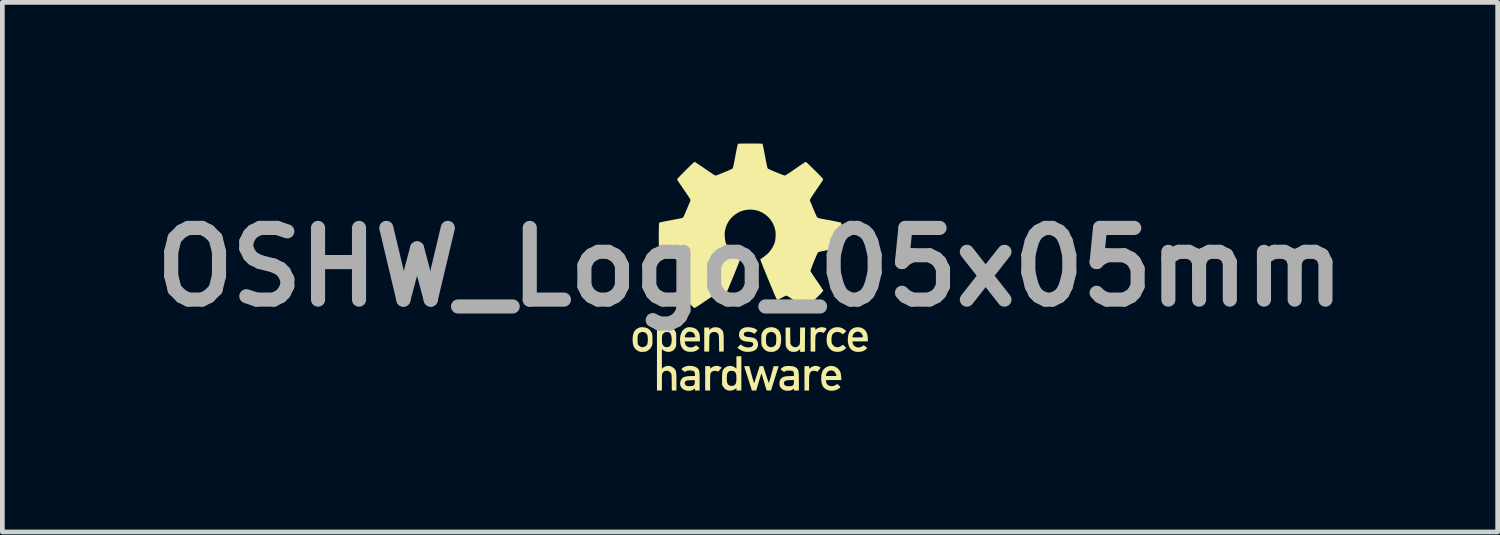
<source format=kicad_pcb>
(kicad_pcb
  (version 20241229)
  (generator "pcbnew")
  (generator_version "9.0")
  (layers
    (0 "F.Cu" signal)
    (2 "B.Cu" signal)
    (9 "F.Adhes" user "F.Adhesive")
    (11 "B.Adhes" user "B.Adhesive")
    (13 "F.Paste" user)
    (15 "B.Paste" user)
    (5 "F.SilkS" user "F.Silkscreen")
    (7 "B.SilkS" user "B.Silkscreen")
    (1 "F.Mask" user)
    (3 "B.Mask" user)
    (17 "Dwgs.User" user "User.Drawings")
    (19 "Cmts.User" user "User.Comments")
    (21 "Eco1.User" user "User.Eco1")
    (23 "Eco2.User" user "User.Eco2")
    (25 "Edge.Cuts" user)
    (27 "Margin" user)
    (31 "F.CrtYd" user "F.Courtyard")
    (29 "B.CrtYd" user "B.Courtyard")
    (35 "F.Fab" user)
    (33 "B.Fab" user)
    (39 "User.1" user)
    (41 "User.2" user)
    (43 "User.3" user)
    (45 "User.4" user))
  (footprint "OSHW_Logo_05x05mm"
    (layer "F.Cu")
    (at 12.889 2.628)
    (property "Reference" "OSHW_Logo_05x05mm" (at 0 0 0) (layer "F.Fab") (effects (font (size 1.524 1.524) (thickness 0.3))))
    (attr board_only exclude_from_pos_files exclude_from_bom)
    (fp_poly (pts (xy 1.555 1.278) (xy 1.585 1.284) (xy 1.609 1.294) (xy 1.624 1.305) (xy 1.626 1.307) (xy 1.624 1.315) (xy 1.616 1.329) (xy 1.604 1.347) (xy 1.59 1.366) (xy 1.576 1.383) (xy 1.564 1.394) (xy 1.558 1.398) (xy 1.558 1.398) (xy 1.55 1.394) (xy 1.535 1.387) (xy 1.528 1.384) (xy 1.495 1.376) (xy 1.463 1.379) (xy 1.434 1.393) (xy 1.41 1.416) (xy 1.395 1.447) (xy 1.394 1.449) (xy 1.392 1.465) (xy 1.39 1.491) (xy 1.388 1.528) (xy 1.387 1.573) (xy 1.387 1.625) (xy 1.387 1.635) (xy 1.387 1.794) (xy 1.288 1.794) (xy 1.288 1.282) (xy 1.387 1.282) (xy 1.387 1.335) (xy 1.408 1.317) (xy 1.445 1.292) (xy 1.486 1.279) (xy 1.525 1.275)) (stroke (width 0) (type solid)) (fill yes) (layer "F.SilkS"))
    (fp_poly (pts (xy -0.685 2.099) (xy -0.655 2.107) (xy -0.628 2.118) (xy -0.615 2.126) (xy -0.61 2.13) (xy -0.608 2.135) (xy -0.609 2.141) (xy -0.616 2.151) (xy -0.629 2.167) (xy -0.649 2.19) (xy -0.659 2.201) (xy -0.671 2.214) (xy -0.68 2.219) (xy -0.689 2.217) (xy -0.697 2.212) (xy -0.723 2.203) (xy -0.754 2.202) (xy -0.785 2.208) (xy -0.802 2.216) (xy -0.815 2.226) (xy -0.825 2.235) (xy -0.833 2.246) (xy -0.839 2.261) (xy -0.843 2.281) (xy -0.845 2.308) (xy -0.847 2.343) (xy -0.848 2.387) (xy -0.848 2.443) (xy -0.848 2.45) (xy -0.848 2.622) (xy -0.953 2.622) (xy -0.953 2.103) (xy -0.848 2.103) (xy -0.848 2.156) (xy -0.823 2.136) (xy -0.786 2.114) (xy -0.745 2.1) (xy -0.713 2.096)) (stroke (width 0) (type solid)) (fill yes) (layer "F.SilkS"))
    (fp_poly (pts (xy 1.42 2.099) (xy 1.443 2.105) (xy 1.466 2.114) (xy 1.485 2.124) (xy 1.497 2.133) (xy 1.498 2.137) (xy 1.494 2.146) (xy 1.483 2.161) (xy 1.467 2.18) (xy 1.463 2.185) (xy 1.428 2.224) (xy 1.411 2.213) (xy 1.39 2.205) (xy 1.362 2.202) (xy 1.335 2.203) (xy 1.312 2.21) (xy 1.308 2.213) (xy 1.293 2.224) (xy 1.282 2.236) (xy 1.273 2.251) (xy 1.266 2.27) (xy 1.261 2.295) (xy 1.258 2.327) (xy 1.256 2.368) (xy 1.255 2.42) (xy 1.255 2.468) (xy 1.255 2.622) (xy 1.157 2.622) (xy 1.157 2.103) (xy 1.255 2.103) (xy 1.255 2.129) (xy 1.257 2.148) (xy 1.262 2.154) (xy 1.272 2.149) (xy 1.281 2.139) (xy 1.302 2.124) (xy 1.331 2.111) (xy 1.363 2.101) (xy 1.394 2.097) (xy 1.398 2.096)) (stroke (width 0) (type solid)) (fill yes) (layer "F.SilkS"))
    (fp_poly (pts (xy 0.855 1.455) (xy 0.858 1.628) (xy 0.875 1.654) (xy 0.897 1.679) (xy 0.923 1.692) (xy 0.96 1.701) (xy 0.994 1.696) (xy 1.024 1.679) (xy 1.048 1.654) (xy 1.052 1.647) (xy 1.055 1.64) (xy 1.057 1.63) (xy 1.059 1.616) (xy 1.061 1.596) (xy 1.062 1.568) (xy 1.062 1.531) (xy 1.063 1.483) (xy 1.063 1.458) (xy 1.065 1.282) (xy 1.17 1.282) (xy 1.168 1.539) (xy 1.166 1.797) (xy 1.116 1.799) (xy 1.065 1.801) (xy 1.065 1.741) (xy 1.038 1.763) (xy 1.018 1.778) (xy 0.995 1.79) (xy 0.987 1.793) (xy 0.959 1.798) (xy 0.925 1.8) (xy 0.893 1.798) (xy 0.872 1.794) (xy 0.836 1.777) (xy 0.804 1.75) (xy 0.778 1.715) (xy 0.763 1.683) (xy 0.761 1.668) (xy 0.759 1.641) (xy 0.757 1.601) (xy 0.756 1.549) (xy 0.756 1.483) (xy 0.756 1.471) (xy 0.756 1.282) (xy 0.853 1.282)) (stroke (width 0) (type solid)) (fill yes) (layer "F.SilkS"))
    (fp_poly (pts (xy -0.718 1.276) (xy -0.679 1.282) (xy -0.647 1.294) (xy -0.619 1.314) (xy -0.605 1.327) (xy -0.593 1.34) (xy -0.583 1.353) (xy -0.575 1.368) (xy -0.569 1.386) (xy -0.565 1.408) (xy -0.562 1.437) (xy -0.56 1.473) (xy -0.559 1.519) (xy -0.559 1.575) (xy -0.559 1.605) (xy -0.559 1.794) (xy -0.656 1.794) (xy -0.658 1.622) (xy -0.659 1.565) (xy -0.66 1.52) (xy -0.662 1.485) (xy -0.665 1.459) (xy -0.668 1.439) (xy -0.674 1.424) (xy -0.681 1.412) (xy -0.691 1.403) (xy -0.703 1.394) (xy -0.705 1.392) (xy -0.723 1.382) (xy -0.745 1.378) (xy -0.764 1.377) (xy -0.796 1.38) (xy -0.821 1.392) (xy -0.844 1.414) (xy -0.851 1.422) (xy -0.855 1.428) (xy -0.858 1.435) (xy -0.86 1.445) (xy -0.862 1.46) (xy -0.864 1.48) (xy -0.865 1.508) (xy -0.865 1.545) (xy -0.866 1.593) (xy -0.866 1.617) (xy -0.868 1.794) (xy -0.973 1.794) (xy -0.973 1.282) (xy -0.867 1.282) (xy -0.867 1.335) (xy -0.845 1.316) (xy -0.809 1.291) (xy -0.767 1.278) (xy -0.719 1.276)) (stroke (width 0) (type solid)) (fill yes) (layer "F.SilkS"))
    (fp_poly (pts (xy 1.915 1.281) (xy 1.94 1.288) (xy 1.961 1.298) (xy 1.985 1.311) (xy 2.008 1.327) (xy 2.027 1.341) (xy 2.039 1.353) (xy 2.042 1.357) (xy 2.038 1.365) (xy 2.027 1.378) (xy 2.01 1.394) (xy 2.008 1.396) (xy 1.972 1.427) (xy 1.947 1.407) (xy 1.913 1.387) (xy 1.875 1.377) (xy 1.837 1.377) (xy 1.801 1.387) (xy 1.778 1.4) (xy 1.758 1.42) (xy 1.744 1.444) (xy 1.736 1.475) (xy 1.732 1.514) (xy 1.732 1.538) (xy 1.732 1.57) (xy 1.733 1.593) (xy 1.736 1.61) (xy 1.742 1.624) (xy 1.748 1.636) (xy 1.773 1.668) (xy 1.804 1.689) (xy 1.839 1.7) (xy 1.877 1.7) (xy 1.915 1.688) (xy 1.947 1.668) (xy 1.972 1.649) (xy 2.008 1.68) (xy 2.025 1.696) (xy 2.037 1.71) (xy 2.042 1.718) (xy 2.042 1.718) (xy 2.034 1.728) (xy 2.018 1.742) (xy 1.996 1.757) (xy 1.972 1.772) (xy 1.95 1.784) (xy 1.94 1.788) (xy 1.9 1.797) (xy 1.855 1.8) (xy 1.809 1.796) (xy 1.776 1.788) (xy 1.731 1.766) (xy 1.693 1.733) (xy 1.662 1.691) (xy 1.64 1.642) (xy 1.639 1.637) (xy 1.632 1.602) (xy 1.628 1.559) (xy 1.629 1.513) (xy 1.633 1.47) (xy 1.639 1.438) (xy 1.66 1.389) (xy 1.689 1.346) (xy 1.726 1.313) (xy 1.769 1.29) (xy 1.782 1.285) (xy 1.825 1.277) (xy 1.871 1.275)) (stroke (width 0) (type solid)) (fill yes) (layer "F.SilkS"))
    (fp_poly (pts (xy -0.184 2.622) (xy -0.289 2.622) (xy -0.289 2.567) (xy -0.304 2.581) (xy -0.335 2.603) (xy -0.374 2.617) (xy -0.416 2.624) (xy -0.456 2.622) (xy -0.469 2.62) (xy -0.512 2.601) (xy -0.547 2.574) (xy -0.574 2.536) (xy -0.575 2.534) (xy -0.595 2.495) (xy -0.595 2.37) (xy -0.595 2.366) (xy -0.493 2.366) (xy -0.492 2.402) (xy -0.49 2.429) (xy -0.487 2.449) (xy -0.482 2.465) (xy -0.48 2.469) (xy -0.461 2.498) (xy -0.434 2.516) (xy -0.399 2.523) (xy -0.391 2.524) (xy -0.356 2.519) (xy -0.336 2.51) (xy -0.318 2.496) (xy -0.305 2.477) (xy -0.296 2.451) (xy -0.291 2.417) (xy -0.289 2.372) (xy -0.289 2.363) (xy -0.29 2.325) (xy -0.291 2.298) (xy -0.295 2.278) (xy -0.299 2.262) (xy -0.302 2.257) (xy -0.315 2.232) (xy -0.33 2.217) (xy -0.35 2.208) (xy -0.378 2.205) (xy -0.391 2.205) (xy -0.417 2.205) (xy -0.434 2.207) (xy -0.446 2.212) (xy -0.457 2.222) (xy -0.46 2.224) (xy -0.473 2.239) (xy -0.482 2.256) (xy -0.488 2.279) (xy -0.491 2.308) (xy -0.493 2.347) (xy -0.493 2.366) (xy -0.595 2.366) (xy -0.594 2.316) (xy -0.593 2.273) (xy -0.59 2.24) (xy -0.585 2.214) (xy -0.578 2.193) (xy -0.569 2.175) (xy -0.555 2.159) (xy -0.545 2.148) (xy -0.509 2.12) (xy -0.467 2.104) (xy -0.424 2.098) (xy -0.38 2.103) (xy -0.338 2.12) (xy -0.304 2.144) (xy -0.289 2.158) (xy -0.289 1.893) (xy -0.184 1.893)) (stroke (width 0) (type solid)) (fill yes) (layer "F.SilkS"))
    (fp_poly (pts (xy 1.767 2.102) (xy 1.813 2.117) (xy 1.855 2.144) (xy 1.879 2.166) (xy 1.901 2.193) (xy 1.916 2.221) (xy 1.927 2.253) (xy 1.933 2.292) (xy 1.937 2.331) (xy 1.941 2.399) (xy 1.775 2.399) (xy 1.722 2.399) (xy 1.681 2.399) (xy 1.65 2.4) (xy 1.629 2.402) (xy 1.616 2.403) (xy 1.611 2.406) (xy 1.61 2.407) (xy 1.613 2.426) (xy 1.621 2.451) (xy 1.631 2.475) (xy 1.638 2.487) (xy 1.662 2.51) (xy 1.693 2.524) (xy 1.73 2.529) (xy 1.768 2.526) (xy 1.805 2.513) (xy 1.828 2.5) (xy 1.853 2.482) (xy 1.89 2.514) (xy 1.908 2.53) (xy 1.918 2.542) (xy 1.918 2.552) (xy 1.909 2.563) (xy 1.89 2.577) (xy 1.876 2.586) (xy 1.829 2.61) (xy 1.777 2.623) (xy 1.722 2.626) (xy 1.686 2.622) (xy 1.64 2.607) (xy 1.598 2.584) (xy 1.565 2.554) (xy 1.544 2.524) (xy 1.526 2.476) (xy 1.515 2.422) (xy 1.512 2.363) (xy 1.515 2.313) (xy 1.61 2.313) (xy 1.834 2.313) (xy 1.834 2.298) (xy 1.829 2.277) (xy 1.817 2.252) (xy 1.801 2.228) (xy 1.783 2.211) (xy 1.782 2.21) (xy 1.754 2.198) (xy 1.721 2.195) (xy 1.688 2.2) (xy 1.669 2.207) (xy 1.648 2.225) (xy 1.629 2.251) (xy 1.617 2.282) (xy 1.614 2.292) (xy 1.61 2.313) (xy 1.515 2.313) (xy 1.515 2.305) (xy 1.526 2.25) (xy 1.544 2.202) (xy 1.544 2.202) (xy 1.556 2.184) (xy 1.574 2.163) (xy 1.585 2.151) (xy 1.626 2.122) (xy 1.671 2.104) (xy 1.719 2.097)) (stroke (width 0) (type solid)) (fill yes) (layer "F.SilkS"))
    (fp_poly (pts (xy 0.492 1.279) (xy 0.541 1.293) (xy 0.583 1.318) (xy 0.617 1.353) (xy 0.633 1.378) (xy 0.646 1.413) (xy 0.656 1.458) (xy 0.661 1.509) (xy 0.661 1.564) (xy 0.658 1.601) (xy 0.648 1.656) (xy 0.631 1.7) (xy 0.606 1.736) (xy 0.573 1.765) (xy 0.542 1.782) (xy 0.519 1.792) (xy 0.498 1.798) (xy 0.474 1.8) (xy 0.45 1.8) (xy 0.421 1.799) (xy 0.394 1.796) (xy 0.374 1.791) (xy 0.372 1.79) (xy 0.327 1.767) (xy 0.29 1.733) (xy 0.26 1.689) (xy 0.254 1.678) (xy 0.249 1.665) (xy 0.245 1.652) (xy 0.242 1.636) (xy 0.241 1.615) (xy 0.24 1.586) (xy 0.24 1.548) (xy 0.24 1.538) (xy 0.24 1.535) (xy 0.339 1.535) (xy 0.34 1.578) (xy 0.343 1.612) (xy 0.35 1.637) (xy 0.361 1.657) (xy 0.374 1.672) (xy 0.404 1.692) (xy 0.438 1.701) (xy 0.474 1.697) (xy 0.5 1.687) (xy 0.521 1.674) (xy 0.537 1.658) (xy 0.547 1.638) (xy 0.553 1.609) (xy 0.557 1.571) (xy 0.558 1.554) (xy 0.558 1.52) (xy 0.557 1.489) (xy 0.554 1.464) (xy 0.553 1.454) (xy 0.538 1.422) (xy 0.514 1.397) (xy 0.485 1.381) (xy 0.451 1.376) (xy 0.417 1.381) (xy 0.387 1.395) (xy 0.367 1.411) (xy 0.353 1.432) (xy 0.345 1.458) (xy 0.34 1.493) (xy 0.339 1.535) (xy 0.24 1.535) (xy 0.24 1.497) (xy 0.241 1.467) (xy 0.242 1.445) (xy 0.244 1.429) (xy 0.248 1.415) (xy 0.253 1.402) (xy 0.257 1.393) (xy 0.284 1.348) (xy 0.32 1.314) (xy 0.362 1.291) (xy 0.413 1.278) (xy 0.437 1.276)) (stroke (width 0) (type solid)) (fill yes) (layer "F.SilkS"))
    (fp_poly (pts (xy 2.325 1.278) (xy 2.369 1.288) (xy 2.409 1.31) (xy 2.423 1.32) (xy 2.457 1.354) (xy 2.481 1.397) (xy 2.496 1.449) (xy 2.503 1.51) (xy 2.504 1.532) (xy 2.504 1.577) (xy 2.176 1.577) (xy 2.18 1.602) (xy 2.19 1.638) (xy 2.209 1.667) (xy 2.221 1.678) (xy 2.253 1.697) (xy 2.29 1.705) (xy 2.329 1.704) (xy 2.367 1.692) (xy 2.4 1.671) (xy 2.402 1.669) (xy 2.41 1.663) (xy 2.416 1.661) (xy 2.425 1.666) (xy 2.44 1.677) (xy 2.453 1.687) (xy 2.49 1.719) (xy 2.469 1.74) (xy 2.451 1.755) (xy 2.427 1.771) (xy 2.412 1.779) (xy 2.377 1.792) (xy 2.334 1.799) (xy 2.288 1.8) (xy 2.246 1.796) (xy 2.217 1.788) (xy 2.172 1.766) (xy 2.136 1.735) (xy 2.109 1.696) (xy 2.091 1.647) (xy 2.08 1.588) (xy 2.078 1.561) (xy 2.08 1.493) (xy 2.081 1.484) (xy 2.177 1.484) (xy 2.18 1.488) (xy 2.188 1.49) (xy 2.203 1.491) (xy 2.227 1.492) (xy 2.261 1.492) (xy 2.287 1.492) (xy 2.328 1.492) (xy 2.357 1.491) (xy 2.377 1.49) (xy 2.39 1.489) (xy 2.396 1.486) (xy 2.398 1.483) (xy 2.399 1.48) (xy 2.392 1.446) (xy 2.376 1.416) (xy 2.351 1.39) (xy 2.321 1.374) (xy 2.305 1.37) (xy 2.27 1.371) (xy 2.237 1.383) (xy 2.21 1.403) (xy 2.191 1.431) (xy 2.185 1.449) (xy 2.181 1.468) (xy 2.177 1.48) (xy 2.177 1.484) (xy 2.081 1.484) (xy 2.09 1.433) (xy 2.108 1.383) (xy 2.135 1.341) (xy 2.171 1.31) (xy 2.213 1.288) (xy 2.264 1.277) (xy 2.275 1.276)) (stroke (width 0) (type solid)) (fill yes) (layer "F.SilkS"))
    (fp_poly (pts (xy -1.272 1.276) (xy -1.266 1.276) (xy -1.212 1.285) (xy -1.165 1.303) (xy -1.127 1.332) (xy -1.096 1.372) (xy -1.085 1.393) (xy -1.077 1.412) (xy -1.072 1.43) (xy -1.069 1.451) (xy -1.067 1.479) (xy -1.066 1.503) (xy -1.063 1.577) (xy -1.388 1.577) (xy -1.384 1.604) (xy -1.374 1.641) (xy -1.356 1.668) (xy -1.336 1.685) (xy -1.299 1.702) (xy -1.259 1.706) (xy -1.218 1.7) (xy -1.18 1.682) (xy -1.171 1.676) (xy -1.146 1.658) (xy -1.074 1.721) (xy -1.093 1.74) (xy -1.109 1.754) (xy -1.132 1.768) (xy -1.152 1.779) (xy -1.176 1.788) (xy -1.199 1.794) (xy -1.225 1.798) (xy -1.252 1.799) (xy -1.291 1.798) (xy -1.323 1.795) (xy -1.339 1.791) (xy -1.387 1.77) (xy -1.425 1.738) (xy -1.455 1.697) (xy -1.473 1.653) (xy -1.48 1.62) (xy -1.485 1.58) (xy -1.487 1.538) (xy -1.486 1.498) (xy -1.485 1.49) (xy -1.483 1.477) (xy -1.387 1.477) (xy -1.386 1.482) (xy -1.384 1.486) (xy -1.378 1.489) (xy -1.367 1.491) (xy -1.348 1.491) (xy -1.32 1.492) (xy -1.281 1.492) (xy -1.275 1.492) (xy -1.238 1.491) (xy -1.207 1.491) (xy -1.182 1.489) (xy -1.167 1.488) (xy -1.163 1.486) (xy -1.166 1.469) (xy -1.174 1.446) (xy -1.183 1.424) (xy -1.194 1.406) (xy -1.198 1.401) (xy -1.228 1.381) (xy -1.261 1.371) (xy -1.296 1.371) (xy -1.327 1.382) (xy -1.342 1.392) (xy -1.359 1.412) (xy -1.375 1.437) (xy -1.384 1.463) (xy -1.387 1.477) (xy -1.483 1.477) (xy -1.473 1.43) (xy -1.453 1.379) (xy -1.425 1.338) (xy -1.387 1.306) (xy -1.36 1.292) (xy -1.337 1.282) (xy -1.319 1.277) (xy -1.298 1.275)) (stroke (width 0) (type solid)) (fill yes) (layer "F.SilkS"))
    (fp_poly (pts (xy 0.013 1.279) (xy 0.062 1.29) (xy 0.105 1.306) (xy 0.14 1.328) (xy 0.146 1.332) (xy 0.152 1.339) (xy 0.153 1.345) (xy 0.149 1.355) (xy 0.137 1.369) (xy 0.119 1.39) (xy 0.098 1.415) (xy 0.064 1.397) (xy 0.027 1.382) (xy -0.011 1.374) (xy -0.047 1.371) (xy -0.079 1.374) (xy -0.105 1.382) (xy -0.122 1.396) (xy -0.129 1.409) (xy -0.132 1.433) (xy -0.127 1.451) (xy -0.113 1.465) (xy -0.089 1.475) (xy -0.054 1.482) (xy -0.022 1.486) (xy 0.011 1.489) (xy 0.042 1.494) (xy 0.068 1.499) (xy 0.08 1.502) (xy 0.114 1.52) (xy 0.141 1.546) (xy 0.159 1.578) (xy 0.169 1.614) (xy 0.17 1.652) (xy 0.163 1.689) (xy 0.147 1.723) (xy 0.122 1.752) (xy 0.106 1.764) (xy 0.066 1.783) (xy 0.019 1.795) (xy -0.033 1.8) (xy -0.084 1.799) (xy -0.132 1.79) (xy -0.138 1.788) (xy -0.183 1.77) (xy -0.226 1.745) (xy -0.251 1.726) (xy -0.269 1.711) (xy -0.233 1.676) (xy -0.197 1.64) (xy -0.182 1.654) (xy -0.169 1.665) (xy -0.147 1.677) (xy -0.128 1.686) (xy -0.092 1.699) (xy -0.052 1.705) (xy -0.014 1.705) (xy 0.019 1.698) (xy 0.033 1.692) (xy 0.054 1.674) (xy 0.067 1.653) (xy 0.069 1.631) (xy 0.061 1.611) (xy 0.05 1.6) (xy 0.037 1.595) (xy 0.015 1.59) (xy -0.014 1.586) (xy -0.037 1.583) (xy -0.079 1.579) (xy -0.112 1.574) (xy -0.137 1.567) (xy -0.157 1.559) (xy -0.176 1.548) (xy -0.178 1.547) (xy -0.206 1.521) (xy -0.225 1.488) (xy -0.234 1.45) (xy -0.233 1.412) (xy -0.223 1.374) (xy -0.203 1.339) (xy -0.188 1.322) (xy -0.156 1.299) (xy -0.119 1.284) (xy -0.073 1.276) (xy -0.037 1.275)) (stroke (width 0) (type solid)) (fill yes) (layer "F.SilkS"))
    (fp_poly (pts (xy -1.238 2.099) (xy -1.191 2.108) (xy -1.15 2.124) (xy -1.116 2.147) (xy -1.109 2.153) (xy -1.099 2.165) (xy -1.091 2.177) (xy -1.085 2.191) (xy -1.08 2.208) (xy -1.076 2.23) (xy -1.074 2.259) (xy -1.072 2.296) (xy -1.071 2.342) (xy -1.071 2.399) (xy -1.071 2.426) (xy -1.071 2.622) (xy -1.17 2.622) (xy -1.17 2.576) (xy -1.195 2.595) (xy -1.229 2.615) (xy -1.271 2.625) (xy -1.318 2.626) (xy -1.352 2.622) (xy -1.396 2.607) (xy -1.433 2.584) (xy -1.461 2.554) (xy -1.479 2.518) (xy -1.486 2.478) (xy -1.483 2.452) (xy -1.387 2.452) (xy -1.387 2.475) (xy -1.378 2.497) (xy -1.361 2.515) (xy -1.337 2.525) (xy -1.315 2.528) (xy -1.287 2.529) (xy -1.257 2.528) (xy -1.231 2.525) (xy -1.213 2.521) (xy -1.194 2.51) (xy -1.183 2.495) (xy -1.176 2.472) (xy -1.174 2.442) (xy -1.173 2.402) (xy -1.255 2.402) (xy -1.293 2.403) (xy -1.321 2.404) (xy -1.34 2.407) (xy -1.354 2.412) (xy -1.358 2.414) (xy -1.378 2.43) (xy -1.387 2.452) (xy -1.483 2.452) (xy -1.481 2.436) (xy -1.467 2.398) (xy -1.45 2.371) (xy -1.428 2.35) (xy -1.401 2.335) (xy -1.365 2.324) (xy -1.32 2.317) (xy -1.265 2.314) (xy -1.237 2.313) (xy -1.17 2.313) (xy -1.17 2.285) (xy -1.173 2.251) (xy -1.182 2.226) (xy -1.199 2.209) (xy -1.225 2.2) (xy -1.262 2.195) (xy -1.28 2.195) (xy -1.308 2.196) (xy -1.328 2.198) (xy -1.342 2.203) (xy -1.357 2.211) (xy -1.374 2.221) (xy -1.387 2.224) (xy -1.389 2.223) (xy -1.399 2.217) (xy -1.415 2.205) (xy -1.428 2.196) (xy -1.446 2.181) (xy -1.453 2.168) (xy -1.449 2.155) (xy -1.433 2.141) (xy -1.42 2.132) (xy -1.381 2.113) (xy -1.336 2.101) (xy -1.287 2.096)) (stroke (width 0) (type solid)) (fill yes) (layer "F.SilkS"))
    (fp_poly (pts (xy -2.286 1.276) (xy -2.274 1.276) (xy -2.22 1.283) (xy -2.173 1.301) (xy -2.135 1.329) (xy -2.104 1.368) (xy -2.09 1.393) (xy -2.084 1.407) (xy -2.08 1.42) (xy -2.077 1.435) (xy -2.075 1.453) (xy -2.074 1.478) (xy -2.073 1.512) (xy -2.073 1.538) (xy -2.074 1.578) (xy -2.074 1.608) (xy -2.075 1.63) (xy -2.078 1.647) (xy -2.081 1.66) (xy -2.086 1.673) (xy -2.09 1.682) (xy -2.117 1.725) (xy -2.153 1.76) (xy -2.188 1.783) (xy -2.209 1.791) (xy -2.234 1.796) (xy -2.266 1.799) (xy -2.277 1.799) (xy -2.307 1.8) (xy -2.328 1.799) (xy -2.346 1.795) (xy -2.364 1.788) (xy -2.376 1.782) (xy -2.42 1.754) (xy -2.454 1.717) (xy -2.471 1.689) (xy -2.481 1.66) (xy -2.489 1.621) (xy -2.494 1.577) (xy -2.495 1.538) (xy -2.389 1.538) (xy -2.389 1.575) (xy -2.388 1.602) (xy -2.386 1.621) (xy -2.383 1.634) (xy -2.378 1.646) (xy -2.376 1.65) (xy -2.358 1.67) (xy -2.332 1.688) (xy -2.304 1.699) (xy -2.284 1.702) (xy -2.266 1.699) (xy -2.243 1.691) (xy -2.235 1.687) (xy -2.214 1.675) (xy -2.198 1.661) (xy -2.193 1.656) (xy -2.183 1.634) (xy -2.176 1.602) (xy -2.172 1.565) (xy -2.172 1.526) (xy -2.174 1.487) (xy -2.18 1.453) (xy -2.189 1.427) (xy -2.193 1.42) (xy -2.215 1.399) (xy -2.244 1.384) (xy -2.275 1.376) (xy -2.295 1.376) (xy -2.332 1.387) (xy -2.361 1.406) (xy -2.377 1.427) (xy -2.382 1.439) (xy -2.385 1.453) (xy -2.388 1.473) (xy -2.389 1.502) (xy -2.389 1.538) (xy -2.495 1.538) (xy -2.495 1.53) (xy -2.493 1.483) (xy -2.492 1.475) (xy -2.481 1.42) (xy -2.465 1.376) (xy -2.44 1.34) (xy -2.408 1.312) (xy -2.373 1.293) (xy -2.35 1.283) (xy -2.332 1.278) (xy -2.312 1.276)) (stroke (width 0) (type solid)) (fill yes) (layer "F.SilkS"))
    (fp_poly (pts (xy 0.033 2.284) (xy 0.046 2.33) (xy 0.057 2.372) (xy 0.068 2.408) (xy 0.076 2.437) (xy 0.083 2.456) (xy 0.086 2.464) (xy 0.086 2.464) (xy 0.091 2.459) (xy 0.095 2.446) (xy 0.098 2.435) (xy 0.105 2.414) (xy 0.114 2.383) (xy 0.126 2.346) (xy 0.14 2.304) (xy 0.152 2.266) (xy 0.205 2.103) (xy 0.28 2.103) (xy 0.338 2.284) (xy 0.353 2.33) (xy 0.367 2.371) (xy 0.379 2.406) (xy 0.39 2.433) (xy 0.397 2.452) (xy 0.401 2.459) (xy 0.401 2.46) (xy 0.404 2.452) (xy 0.41 2.434) (xy 0.418 2.406) (xy 0.428 2.371) (xy 0.44 2.329) (xy 0.452 2.284) (xy 0.453 2.281) (xy 0.465 2.235) (xy 0.477 2.194) (xy 0.486 2.158) (xy 0.494 2.131) (xy 0.5 2.112) (xy 0.502 2.105) (xy 0.502 2.105) (xy 0.509 2.104) (xy 0.526 2.104) (xy 0.55 2.104) (xy 0.556 2.104) (xy 0.608 2.106) (xy 0.444 2.623) (xy 0.398 2.621) (xy 0.352 2.619) (xy 0.299 2.44) (xy 0.286 2.394) (xy 0.273 2.352) (xy 0.262 2.316) (xy 0.253 2.288) (xy 0.246 2.269) (xy 0.243 2.261) (xy 0.243 2.261) (xy 0.24 2.267) (xy 0.234 2.284) (xy 0.225 2.309) (xy 0.215 2.342) (xy 0.203 2.381) (xy 0.198 2.397) (xy 0.185 2.441) (xy 0.173 2.483) (xy 0.161 2.521) (xy 0.152 2.552) (xy 0.145 2.575) (xy 0.144 2.578) (xy 0.131 2.622) (xy 0.04 2.622) (xy 0.034 2.601) (xy 0.027 2.58) (xy 0.018 2.551) (xy 0.006 2.514) (xy -0.007 2.472) (xy -0.022 2.426) (xy -0.037 2.378) (xy -0.053 2.329) (xy -0.068 2.282) (xy -0.082 2.237) (xy -0.095 2.196) (xy -0.106 2.162) (xy -0.115 2.136) (xy -0.121 2.118) (xy -0.123 2.113) (xy -0.122 2.108) (xy -0.116 2.105) (xy -0.1 2.103) (xy -0.074 2.103) (xy -0.071 2.103) (xy -0.016 2.103)) (stroke (width 0) (type solid)) (fill yes) (layer "F.SilkS"))
    (fp_poly (pts (xy 0.882 2.103) (xy 0.926 2.11) (xy 0.96 2.123) (xy 0.987 2.141) (xy 0.998 2.152) (xy 1.009 2.166) (xy 1.018 2.18) (xy 1.024 2.196) (xy 1.03 2.216) (xy 1.033 2.241) (xy 1.036 2.273) (xy 1.037 2.314) (xy 1.038 2.364) (xy 1.038 2.426) (xy 1.038 2.433) (xy 1.038 2.622) (xy 0.933 2.622) (xy 0.933 2.598) (xy 0.933 2.582) (xy 0.93 2.578) (xy 0.925 2.583) (xy 0.922 2.587) (xy 0.9 2.605) (xy 0.869 2.617) (xy 0.832 2.625) (xy 0.791 2.626) (xy 0.751 2.621) (xy 0.744 2.62) (xy 0.702 2.604) (xy 0.668 2.578) (xy 0.648 2.555) (xy 0.636 2.536) (xy 0.63 2.515) (xy 0.626 2.487) (xy 0.626 2.484) (xy 0.626 2.464) (xy 0.72 2.464) (xy 0.726 2.492) (xy 0.742 2.512) (xy 0.765 2.523) (xy 0.788 2.527) (xy 0.818 2.529) (xy 0.849 2.529) (xy 0.877 2.526) (xy 0.893 2.523) (xy 0.913 2.51) (xy 0.927 2.488) (xy 0.933 2.456) (xy 0.933 2.438) (xy 0.933 2.399) (xy 0.867 2.399) (xy 0.817 2.4) (xy 0.779 2.405) (xy 0.751 2.414) (xy 0.733 2.426) (xy 0.723 2.444) (xy 0.72 2.464) (xy 0.626 2.464) (xy 0.627 2.437) (xy 0.639 2.398) (xy 0.66 2.366) (xy 0.693 2.342) (xy 0.711 2.333) (xy 0.728 2.327) (xy 0.746 2.322) (xy 0.768 2.319) (xy 0.798 2.317) (xy 0.838 2.315) (xy 0.839 2.315) (xy 0.934 2.311) (xy 0.932 2.269) (xy 0.93 2.245) (xy 0.927 2.23) (xy 0.92 2.22) (xy 0.911 2.212) (xy 0.901 2.206) (xy 0.888 2.201) (xy 0.87 2.199) (xy 0.844 2.198) (xy 0.828 2.198) (xy 0.798 2.199) (xy 0.777 2.2) (xy 0.764 2.203) (xy 0.754 2.208) (xy 0.748 2.213) (xy 0.735 2.223) (xy 0.727 2.228) (xy 0.727 2.228) (xy 0.719 2.224) (xy 0.705 2.215) (xy 0.688 2.202) (xy 0.671 2.189) (xy 0.658 2.177) (xy 0.651 2.17) (xy 0.651 2.169) (xy 0.656 2.16) (xy 0.67 2.147) (xy 0.689 2.132) (xy 0.71 2.119) (xy 0.72 2.115) (xy 0.736 2.108) (xy 0.753 2.104) (xy 0.773 2.101) (xy 0.799 2.1) (xy 0.828 2.1)) (stroke (width 0) (type solid)) (fill yes) (layer "F.SilkS"))
    (fp_poly (pts (xy -1.681 1.283) (xy -1.642 1.302) (xy -1.609 1.331) (xy -1.583 1.37) (xy -1.581 1.374) (xy -1.577 1.385) (xy -1.573 1.396) (xy -1.571 1.41) (xy -1.569 1.429) (xy -1.568 1.454) (xy -1.567 1.488) (xy -1.567 1.533) (xy -1.567 1.538) (xy -1.568 1.588) (xy -1.568 1.626) (xy -1.57 1.656) (xy -1.574 1.679) (xy -1.579 1.698) (xy -1.586 1.714) (xy -1.596 1.73) (xy -1.607 1.745) (xy -1.636 1.772) (xy -1.672 1.79) (xy -1.712 1.799) (xy -1.754 1.799) (xy -1.796 1.79) (xy -1.835 1.771) (xy -1.852 1.758) (xy -1.873 1.74) (xy -1.873 2.158) (xy -1.854 2.14) (xy -1.83 2.123) (xy -1.797 2.108) (xy -1.763 2.099) (xy -1.739 2.096) (xy -1.693 2.103) (xy -1.651 2.121) (xy -1.616 2.149) (xy -1.602 2.163) (xy -1.591 2.177) (xy -1.582 2.192) (xy -1.576 2.209) (xy -1.571 2.23) (xy -1.568 2.257) (xy -1.566 2.292) (xy -1.565 2.335) (xy -1.564 2.388) (xy -1.564 2.433) (xy -1.564 2.622) (xy -1.662 2.622) (xy -1.664 2.45) (xy -1.664 2.397) (xy -1.665 2.356) (xy -1.666 2.325) (xy -1.668 2.301) (xy -1.669 2.285) (xy -1.672 2.272) (xy -1.675 2.263) (xy -1.679 2.255) (xy -1.679 2.254) (xy -1.702 2.227) (xy -1.73 2.209) (xy -1.761 2.201) (xy -1.793 2.203) (xy -1.823 2.214) (xy -1.848 2.234) (xy -1.861 2.254) (xy -1.865 2.263) (xy -1.868 2.273) (xy -1.87 2.287) (xy -1.871 2.307) (xy -1.872 2.334) (xy -1.873 2.37) (xy -1.873 2.416) (xy -1.873 2.45) (xy -1.873 2.622) (xy -1.978 2.622) (xy -1.978 1.538) (xy -1.872 1.538) (xy -1.871 1.573) (xy -1.869 1.605) (xy -1.865 1.628) (xy -1.863 1.632) (xy -1.846 1.665) (xy -1.821 1.688) (xy -1.79 1.7) (xy -1.753 1.699) (xy -1.733 1.695) (xy -1.707 1.681) (xy -1.687 1.657) (xy -1.674 1.622) (xy -1.666 1.578) (xy -1.665 1.525) (xy -1.669 1.484) (xy -1.677 1.443) (xy -1.689 1.413) (xy -1.707 1.393) (xy -1.731 1.381) (xy -1.736 1.38) (xy -1.773 1.376) (xy -1.807 1.383) (xy -1.836 1.401) (xy -1.857 1.427) (xy -1.866 1.449) (xy -1.87 1.472) (xy -1.872 1.503) (xy -1.872 1.538) (xy -1.978 1.538) (xy -1.978 1.282) (xy -1.873 1.282) (xy -1.873 1.305) (xy -1.873 1.321) (xy -1.869 1.325) (xy -1.861 1.321) (xy -1.858 1.318) (xy -1.814 1.292) (xy -1.768 1.278) (xy -1.724 1.275)) (stroke (width 0) (type solid)) (fill yes) (layer "F.SilkS"))
    (fp_poly (pts (xy 0.033 -2.628) (xy 0.083 -2.628) (xy 0.13 -2.628) (xy 0.173 -2.627) (xy 0.209 -2.626) (xy 0.237 -2.625) (xy 0.256 -2.624) (xy 0.262 -2.623) (xy 0.266 -2.614) (xy 0.272 -2.593) (xy 0.28 -2.56) (xy 0.289 -2.514) (xy 0.301 -2.455) (xy 0.315 -2.385) (xy 0.319 -2.363) (xy 0.331 -2.295) (xy 0.342 -2.24) (xy 0.351 -2.195) (xy 0.358 -2.16) (xy 0.365 -2.134) (xy 0.37 -2.115) (xy 0.374 -2.103) (xy 0.378 -2.097) (xy 0.379 -2.096) (xy 0.388 -2.091) (xy 0.407 -2.081) (xy 0.436 -2.068) (xy 0.472 -2.052) (xy 0.513 -2.035) (xy 0.557 -2.016) (xy 0.562 -2.014) (xy 0.614 -1.993) (xy 0.655 -1.977) (xy 0.686 -1.964) (xy 0.71 -1.956) (xy 0.727 -1.951) (xy 0.739 -1.949) (xy 0.747 -1.949) (xy 0.749 -1.95) (xy 0.758 -1.955) (xy 0.777 -1.967) (xy 0.803 -1.984) (xy 0.837 -2.006) (xy 0.876 -2.032) (xy 0.919 -2.062) (xy 0.965 -2.093) (xy 0.966 -2.094) (xy 1.012 -2.126) (xy 1.055 -2.155) (xy 1.094 -2.181) (xy 1.127 -2.203) (xy 1.153 -2.22) (xy 1.171 -2.232) (xy 1.179 -2.237) (xy 1.179 -2.237) (xy 1.184 -2.236) (xy 1.192 -2.232) (xy 1.204 -2.224) (xy 1.22 -2.21) (xy 1.241 -2.19) (xy 1.269 -2.163) (xy 1.304 -2.129) (xy 1.347 -2.086) (xy 1.376 -2.058) (xy 1.422 -2.012) (xy 1.46 -1.974) (xy 1.49 -1.943) (xy 1.513 -1.919) (xy 1.53 -1.901) (xy 1.542 -1.887) (xy 1.549 -1.877) (xy 1.553 -1.87) (xy 1.554 -1.864) (xy 1.553 -1.859) (xy 1.552 -1.857) (xy 1.547 -1.848) (xy 1.535 -1.829) (xy 1.517 -1.802) (xy 1.495 -1.769) (xy 1.468 -1.729) (xy 1.439 -1.686) (xy 1.407 -1.64) (xy 1.406 -1.638) (xy 1.37 -1.585) (xy 1.34 -1.541) (xy 1.317 -1.506) (xy 1.299 -1.478) (xy 1.286 -1.457) (xy 1.278 -1.442) (xy 1.273 -1.431) (xy 1.272 -1.423) (xy 1.272 -1.42) (xy 1.275 -1.41) (xy 1.283 -1.39) (xy 1.295 -1.362) (xy 1.309 -1.328) (xy 1.325 -1.29) (xy 1.342 -1.249) (xy 1.359 -1.208) (xy 1.376 -1.169) (xy 1.391 -1.133) (xy 1.405 -1.103) (xy 1.415 -1.081) (xy 1.418 -1.073) (xy 1.433 -1.054) (xy 1.452 -1.044) (xy 1.464 -1.042) (xy 1.487 -1.037) (xy 1.52 -1.03) (xy 1.56 -1.022) (xy 1.607 -1.013) (xy 1.659 -1.004) (xy 1.701 -0.996) (xy 1.754 -0.986) (xy 1.803 -0.976) (xy 1.847 -0.967) (xy 1.883 -0.959) (xy 1.912 -0.953) (xy 1.93 -0.948) (xy 1.936 -0.946) (xy 1.938 -0.938) (xy 1.94 -0.918) (xy 1.942 -0.888) (xy 1.944 -0.851) (xy 1.945 -0.807) (xy 1.946 -0.76) (xy 1.946 -0.709) (xy 1.946 -0.658) (xy 1.946 -0.607) (xy 1.945 -0.56) (xy 1.944 -0.516) (xy 1.943 -0.479) (xy 1.941 -0.45) (xy 1.939 -0.43) (xy 1.937 -0.422) (xy 1.929 -0.419) (xy 1.909 -0.414) (xy 1.88 -0.408) (xy 1.842 -0.4) (xy 1.797 -0.391) (xy 1.747 -0.381) (xy 1.695 -0.371) (xy 1.641 -0.361) (xy 1.591 -0.351) (xy 1.545 -0.342) (xy 1.507 -0.334) (xy 1.477 -0.327) (xy 1.457 -0.322) (xy 1.448 -0.319) (xy 1.442 -0.31) (xy 1.432 -0.291) (xy 1.419 -0.264) (xy 1.404 -0.229) (xy 1.387 -0.19) (xy 1.369 -0.148) (xy 1.352 -0.104) (xy 1.335 -0.061) (xy 1.319 -0.02) (xy 1.305 0.017) (xy 1.295 0.048) (xy 1.288 0.071) (xy 1.285 0.084) (xy 1.285 0.086) (xy 1.29 0.094) (xy 1.301 0.112) (xy 1.318 0.138) (xy 1.339 0.171) (xy 1.365 0.209) (xy 1.394 0.251) (xy 1.421 0.291) (xy 1.452 0.336) (xy 1.48 0.378) (xy 1.505 0.415) (xy 1.526 0.447) (xy 1.542 0.472) (xy 1.553 0.488) (xy 1.556 0.495) (xy 1.554 0.501) (xy 1.547 0.512) (xy 1.533 0.528) (xy 1.513 0.551) (xy 1.485 0.58) (xy 1.449 0.617) (xy 1.404 0.663) (xy 1.379 0.688) (xy 1.333 0.734) (xy 1.294 0.772) (xy 1.263 0.803) (xy 1.239 0.826) (xy 1.22 0.843) (xy 1.206 0.855) (xy 1.196 0.862) (xy 1.188 0.865) (xy 1.183 0.866) (xy 1.174 0.862) (xy 1.155 0.851) (xy 1.129 0.834) (xy 1.095 0.813) (xy 1.057 0.787) (xy 1.014 0.759) (xy 0.978 0.734) (xy 0.92 0.694) (xy 0.871 0.662) (xy 0.832 0.636) (xy 0.802 0.618) (xy 0.782 0.608) (xy 0.773 0.605) (xy 0.762 0.608) (xy 0.741 0.616) (xy 0.714 0.629) (xy 0.684 0.644) (xy 0.67 0.651) (xy 0.632 0.671) (xy 0.604 0.685) (xy 0.586 0.692) (xy 0.575 0.693) (xy 0.573 0.692) (xy 0.569 0.685) (xy 0.56 0.667) (xy 0.547 0.639) (xy 0.531 0.603) (xy 0.512 0.559) (xy 0.491 0.509) (xy 0.468 0.454) (xy 0.443 0.395) (xy 0.418 0.334) (xy 0.392 0.272) (xy 0.366 0.209) (xy 0.341 0.147) (xy 0.317 0.088) (xy 0.294 0.032) (xy 0.274 -0.019) (xy 0.256 -0.065) (xy 0.241 -0.103) (xy 0.23 -0.133) (xy 0.223 -0.153) (xy 0.22 -0.163) (xy 0.22 -0.163) (xy 0.228 -0.174) (xy 0.242 -0.185) (xy 0.245 -0.187) (xy 0.273 -0.205) (xy 0.305 -0.229) (xy 0.34 -0.257) (xy 0.371 -0.284) (xy 0.396 -0.308) (xy 0.398 -0.31) (xy 0.447 -0.371) (xy 0.489 -0.439) (xy 0.52 -0.51) (xy 0.53 -0.542) (xy 0.536 -0.576) (xy 0.541 -0.619) (xy 0.544 -0.665) (xy 0.544 -0.711) (xy 0.542 -0.752) (xy 0.539 -0.773) (xy 0.519 -0.855) (xy 0.486 -0.931) (xy 0.443 -1.001) (xy 0.389 -1.064) (xy 0.326 -1.118) (xy 0.256 -1.162) (xy 0.182 -1.195) (xy 0.104 -1.215) (xy 0.024 -1.224) (xy -0.057 -1.221) (xy -0.136 -1.206) (xy -0.213 -1.18) (xy -0.249 -1.162) (xy -0.321 -1.117) (xy -0.384 -1.062) (xy -0.438 -0.999) (xy -0.481 -0.929) (xy -0.513 -0.852) (xy -0.533 -0.773) (xy -0.537 -0.737) (xy -0.538 -0.694) (xy -0.536 -0.647) (xy -0.533 -0.602) (xy -0.527 -0.562) (xy -0.523 -0.542) (xy -0.497 -0.47) (xy -0.46 -0.4) (xy -0.414 -0.336) (xy -0.391 -0.31) (xy -0.367 -0.286) (xy -0.336 -0.259) (xy -0.301 -0.231) (xy -0.268 -0.207) (xy -0.24 -0.188) (xy -0.238 -0.187) (xy -0.223 -0.176) (xy -0.214 -0.165) (xy -0.213 -0.163) (xy -0.215 -0.156) (xy -0.222 -0.137) (xy -0.232 -0.108) (xy -0.247 -0.071) (xy -0.264 -0.027) (xy -0.284 0.023) (xy -0.306 0.078) (xy -0.33 0.137) (xy -0.355 0.199) (xy -0.381 0.261) (xy -0.407 0.324) (xy -0.433 0.385) (xy -0.457 0.444) (xy -0.481 0.5) (xy -0.502 0.551) (xy -0.522 0.596) (xy -0.538 0.634) (xy -0.551 0.663) (xy -0.561 0.683) (xy -0.566 0.692) (xy -0.566 0.692) (xy -0.575 0.693) (xy -0.591 0.688) (xy -0.615 0.676) (xy -0.649 0.659) (xy -0.663 0.651) (xy -0.695 0.635) (xy -0.724 0.621) (xy -0.747 0.611) (xy -0.763 0.605) (xy -0.767 0.605) (xy -0.777 0.608) (xy -0.798 0.62) (xy -0.829 0.639) (xy -0.87 0.665) (xy -0.92 0.699) (xy -0.972 0.734) (xy -1.016 0.765) (xy -1.058 0.793) (xy -1.096 0.817) (xy -1.128 0.838) (xy -1.153 0.853) (xy -1.17 0.863) (xy -1.176 0.866) (xy -1.182 0.865) (xy -1.189 0.862) (xy -1.2 0.855) (xy -1.214 0.843) (xy -1.233 0.826) (xy -1.257 0.802) (xy -1.288 0.772) (xy -1.326 0.734) (xy -1.373 0.688) (xy -1.422 0.638) (xy -1.462 0.597) (xy -1.494 0.564) (xy -1.518 0.538) (xy -1.535 0.519) (xy -1.545 0.505) (xy -1.549 0.497) (xy -1.549 0.495) (xy -1.545 0.487) (xy -1.534 0.469) (xy -1.517 0.444) (xy -1.496 0.411) (xy -1.47 0.373) (xy -1.441 0.331) (xy -1.414 0.291) (xy -1.384 0.246) (xy -1.355 0.204) (xy -1.33 0.166) (xy -1.309 0.134) (xy -1.292 0.109) (xy -1.282 0.093) (xy -1.278 0.086) (xy -1.28 0.076) (xy -1.285 0.056) (xy -1.295 0.028) (xy -1.308 -0.007) (xy -1.323 -0.047) (xy -1.339 -0.09) (xy -1.357 -0.134) (xy -1.375 -0.177) (xy -1.392 -0.217) (xy -1.408 -0.253) (xy -1.422 -0.283) (xy -1.433 -0.305) (xy -1.44 -0.317) (xy -1.442 -0.319) (xy -1.451 -0.322) (xy -1.472 -0.327) (xy -1.503 -0.334) (xy -1.542 -0.343) (xy -1.588 -0.352) (xy -1.638 -0.362) (xy -1.689 -0.371) (xy -1.743 -0.382) (xy -1.793 -0.391) (xy -1.837 -0.4) (xy -1.875 -0.408) (xy -1.904 -0.415) (xy -1.923 -0.419) (xy -1.93 -0.422) (xy -1.933 -0.43) (xy -1.935 -0.45) (xy -1.937 -0.48) (xy -1.938 -0.517) (xy -1.939 -0.56) (xy -1.939 -0.608) (xy -1.94 -0.659) (xy -1.94 -0.71) (xy -1.939 -0.76) (xy -1.938 -0.808) (xy -1.937 -0.852) (xy -1.936 -0.889) (xy -1.934 -0.918) (xy -1.932 -0.938) (xy -1.929 -0.946) (xy -1.921 -0.949) (xy -1.901 -0.954) (xy -1.871 -0.961) (xy -1.833 -0.969) (xy -1.788 -0.978) (xy -1.739 -0.987) (xy -1.694 -0.996) (xy -1.641 -1.006) (xy -1.59 -1.015) (xy -1.544 -1.024) (xy -1.505 -1.032) (xy -1.475 -1.038) (xy -1.454 -1.042) (xy -1.445 -1.044) (xy -1.424 -1.056) (xy -1.412 -1.073) (xy -1.404 -1.09) (xy -1.392 -1.117) (xy -1.378 -1.149) (xy -1.362 -1.187) (xy -1.345 -1.227) (xy -1.327 -1.268) (xy -1.311 -1.308) (xy -1.295 -1.345) (xy -1.282 -1.376) (xy -1.272 -1.401) (xy -1.267 -1.416) (xy -1.265 -1.42) (xy -1.265 -1.426) (xy -1.268 -1.434) (xy -1.274 -1.447) (xy -1.283 -1.464) (xy -1.298 -1.487) (xy -1.318 -1.518) (xy -1.344 -1.556) (xy -1.376 -1.604) (xy -1.394 -1.63) (xy -1.433 -1.686) (xy -1.464 -1.733) (xy -1.49 -1.77) (xy -1.51 -1.8) (xy -1.525 -1.823) (xy -1.536 -1.84) (xy -1.543 -1.853) (xy -1.547 -1.861) (xy -1.548 -1.868) (xy -1.548 -1.872) (xy -1.546 -1.876) (xy -1.545 -1.878) (xy -1.539 -1.885) (xy -1.525 -1.9) (xy -1.503 -1.922) (xy -1.476 -1.951) (xy -1.443 -1.984) (xy -1.406 -2.021) (xy -1.367 -2.061) (xy -1.362 -2.065) (xy -1.315 -2.112) (xy -1.277 -2.149) (xy -1.246 -2.179) (xy -1.222 -2.202) (xy -1.204 -2.218) (xy -1.19 -2.229) (xy -1.181 -2.235) (xy -1.175 -2.237) (xy -1.173 -2.237) (xy -1.164 -2.232) (xy -1.147 -2.221) (xy -1.121 -2.203) (xy -1.088 -2.181) (xy -1.05 -2.155) (xy -1.007 -2.126) (xy -0.961 -2.095) (xy -0.96 -2.094) (xy -0.914 -2.062) (xy -0.87 -2.033) (xy -0.831 -2.007) (xy -0.798 -1.984) (xy -0.771 -1.967) (xy -0.752 -1.955) (xy -0.743 -1.95) (xy -0.743 -1.95) (xy -0.736 -1.949) (xy -0.726 -1.95) (xy -0.712 -1.953) (xy -0.692 -1.96) (xy -0.664 -1.97) (xy -0.628 -1.985) (xy -0.581 -2.003) (xy -0.555 -2.014) (xy -0.51 -2.033) (xy -0.469 -2.05) (xy -0.433 -2.066) (xy -0.403 -2.08) (xy -0.383 -2.09) (xy -0.372 -2.096) (xy -0.372 -2.097) (xy -0.368 -2.102) (xy -0.364 -2.113) (xy -0.359 -2.131) (xy -0.353 -2.155) (xy -0.346 -2.189) (xy -0.337 -2.231) (xy -0.327 -2.284) (xy -0.314 -2.349) (xy -0.312 -2.363) (xy -0.298 -2.437) (xy -0.286 -2.5) (xy -0.275 -2.549) (xy -0.267 -2.586) (xy -0.261 -2.61) (xy -0.256 -2.622) (xy -0.256 -2.623) (xy -0.247 -2.624) (xy -0.227 -2.625) (xy -0.197 -2.626) (xy -0.16 -2.627) (xy -0.116 -2.628) (xy -0.068 -2.628) (xy -0.018 -2.628)) (stroke (width 0) (type solid)) (fill yes) (layer "F.SilkS")))
  (gr_rect
    (start -3 -3)
    (end 28.777 8.255)
    (stroke (width 0.1) (type default))
    (fill no)
    (layer "Edge.Cuts")))
</source>
